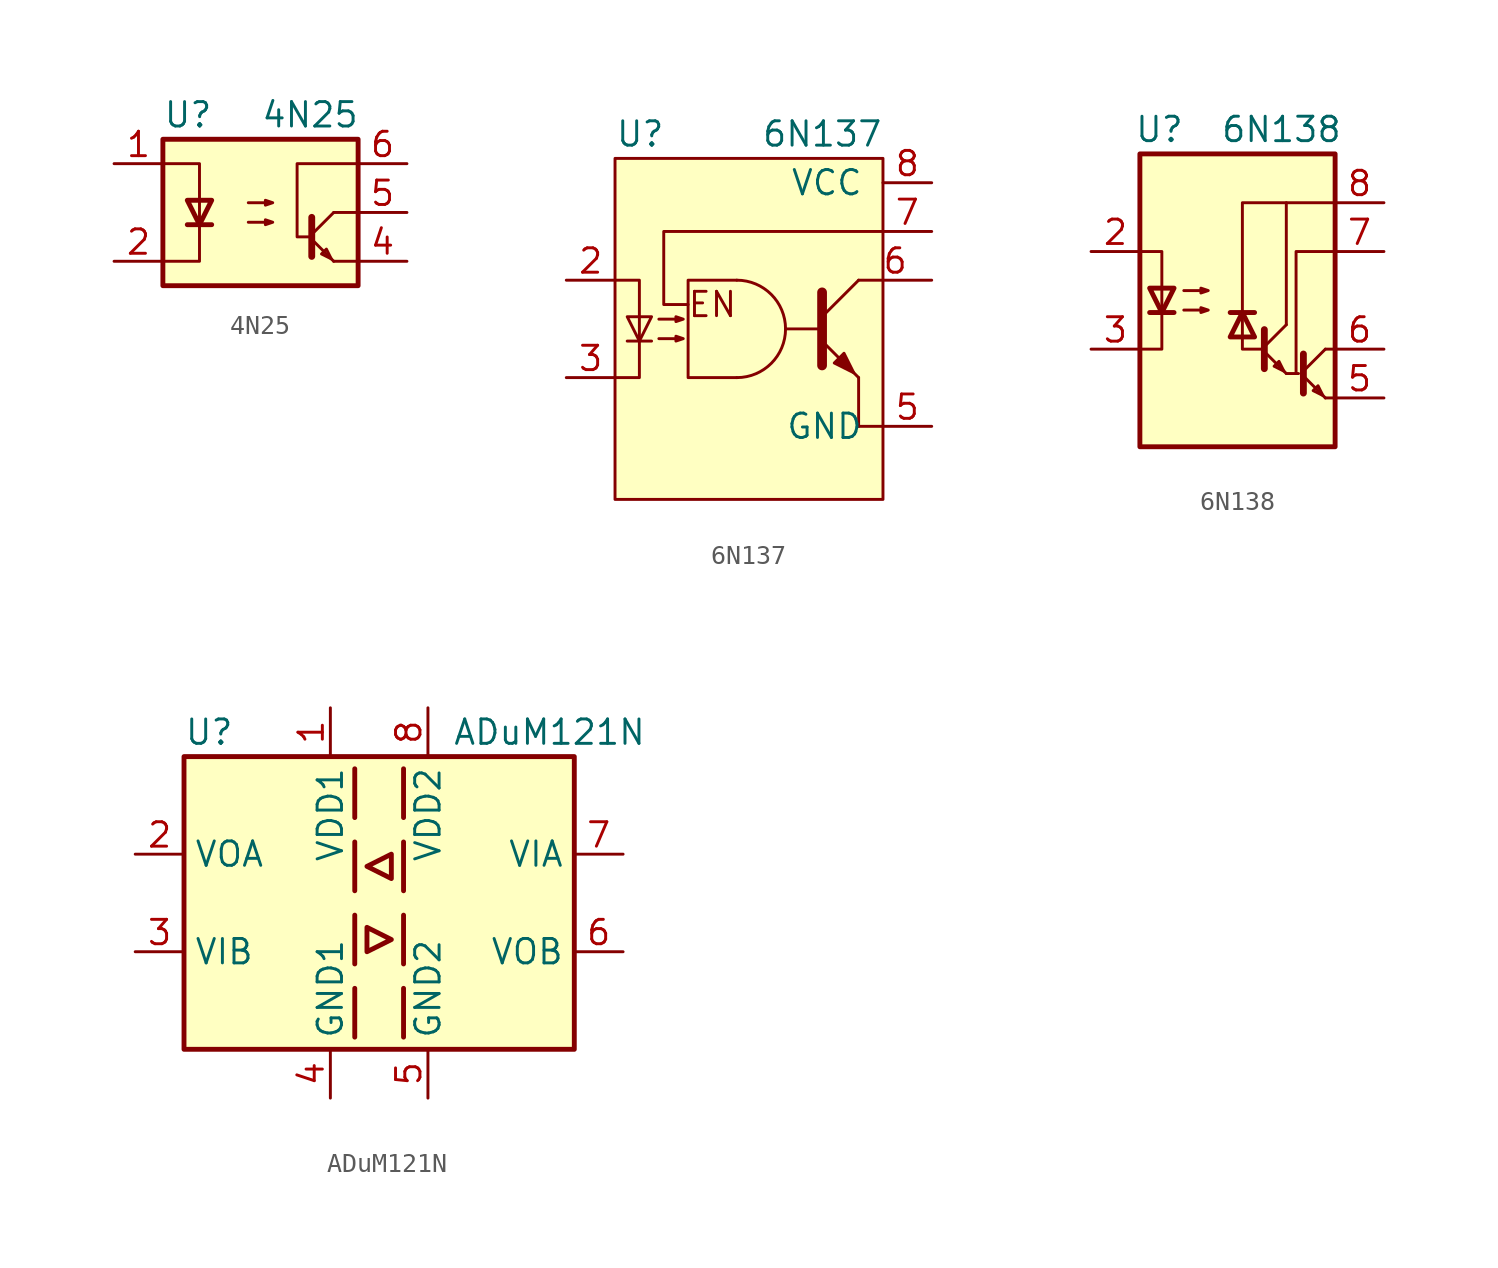
<source format=kicad_sym>
(kicad_symbol_lib
  (version 20201005)
  (generator kicad_symbol_editor)
  (symbol "4N25"
    (pin_names
      (offset 1.016))
    (property "Reference" "U"
      (at -5.08 5.08 0)
      (effects (font (size 1.27 1.27)) (justify left)))
    (property "Value" "4N25"
      (at 0 5.08 0)
      (effects (font (size 1.27 1.27)) (justify left)))
    (symbol "4N25_0_1"
      (rectangle (start -5.08 3.81) (end 5.08 -3.81) (stroke (width 0.254)) (fill (type background)))
      (polyline (pts (xy -3.81 -0.635) (xy -2.54 -0.635)) (stroke (width 0.254)) (fill (type none)))
      (polyline (pts (xy 2.667 -1.397) (xy 3.81 -2.54)) (stroke (width 0)) (fill (type none)))
      (polyline (pts (xy 2.667 -1.143) (xy 3.81 0)) (stroke (width 0)) (fill (type none)))
      (polyline (pts (xy 3.81 -2.54) (xy 5.08 -2.54)) (stroke (width 0)) (fill (type none)))
      (polyline (pts (xy 3.81 0) (xy 5.08 0)) (stroke (width 0)) (fill (type none)))
      (polyline (pts (xy 2.667 -0.254) (xy 2.667 -2.286) (xy 2.667 -2.286)) (stroke (width 0.356)) (fill (type none)))
      (polyline (pts (xy -5.08 -2.54) (xy -3.175 -2.54) (xy -3.175 2.54) (xy -5.08 2.54)) (stroke (width 0)) (fill (type none)))
      (polyline (pts (xy -3.175 -0.635) (xy -3.81 0.635) (xy -2.54 0.635) (xy -3.175 -0.635)) (stroke (width 0.254)) (fill (type none)))
      (polyline (pts (xy 3.683 -2.413) (xy 3.429 -1.905) (xy 3.175 -2.159) (xy 3.683 -2.413)) (stroke (width 0)) (fill (type none)))
      (polyline (pts (xy 5.08 2.54) (xy 1.905 2.54) (xy 1.905 -1.27) (xy 2.54 -1.27)) (stroke (width 0)) (fill (type none)))
      (polyline (pts (xy -0.635 -0.508) (xy 0.635 -0.508) (xy 0.254 -0.635) (xy 0.254 -0.381) (xy 0.635 -0.508)) (stroke (width 0)) (fill (type none)))
      (polyline (pts (xy -0.635 0.508) (xy 0.635 0.508) (xy 0.254 0.381) (xy 0.254 0.635) (xy 0.635 0.508)) (stroke (width 0)) (fill (type none))))
    (symbol "4N25_1_1"
      (pin passive line (at -7.62 2.54 0) (length 2.54) (name "~" (effects (font (size 1.27 1.27)))) (number "1" (effects (font (size 1.27 1.27)))))
      (pin passive line (at -7.62 -2.54 0) (length 2.54) (name "~" (effects (font (size 1.27 1.27)))) (number "2" (effects (font (size 1.27 1.27)))))
      (pin no_connect line (at -5.08 0 0) (length 2.54) hide (name "NC" (effects (font (size 1.27 1.27)))) (number "3" (effects (font (size 1.27 1.27)))))
      (pin passive line (at 7.62 -2.54 180) (length 2.54) (name "~" (effects (font (size 1.27 1.27)))) (number "4" (effects (font (size 1.27 1.27)))))
      (pin passive line (at 7.62 0 180) (length 2.54) (name "~" (effects (font (size 1.27 1.27)))) (number "5" (effects (font (size 1.27 1.27)))))
      (pin passive line (at 7.62 2.54 180) (length 2.54) (name "~" (effects (font (size 1.27 1.27)))) (number "6" (effects (font (size 1.27 1.27)))))))
  (symbol "6N137"
    (pin_names
      (offset 1.016))
    (property "Reference" "U"
      (at -5.08 10.16 0)
      (effects (font (size 1.27 1.27)) (justify left)))
    (property "Value" "6N137"
      (at 2.54 10.16 0)
      (effects (font (size 1.27 1.27)) (justify left)))
    (symbol "6N137_0_0"
      (text "EN" (at 0 1.27 0) (effects (font (size 1.27 1.27))))
      (rectangle (start -5.08 8.89) (end 8.89 -8.89) (stroke (width 0)) (fill (type background)))
      (polyline (pts (xy 7.62 -5.08) (xy 8.89 -5.08)) (stroke (width 0)) (fill (type none))))
    (symbol "6N137_0_1"
      (arc (start 1.27 -2.54) (end 1.27 2.54) (radius (at 1.27 0) (length 2.54) (angles -89.9 89.9)) (stroke (width 0)) (fill (type none)))
      (polyline (pts (xy -4.445 -0.635) (xy -3.175 -0.635)) (stroke (width 0)) (fill (type none)))
      (polyline (pts (xy 3.81 0) (xy 5.715 0)) (stroke (width 0)) (fill (type none)))
      (polyline (pts (xy 7.62 -2.54) (xy 7.62 -5.08)) (stroke (width 0)) (fill (type none)))
      (polyline (pts (xy -5.08 -2.54) (xy -3.81 -2.54) (xy -3.81 2.54) (xy -5.08 2.54)) (stroke (width 0)) (fill (type none)))
      (polyline (pts (xy -3.81 -0.635) (xy -4.445 0.635) (xy -3.175 0.635) (xy -3.81 -0.635)) (stroke (width 0)) (fill (type none)))
      (polyline (pts (xy 1.27 -2.54) (xy -1.27 -2.54) (xy -1.27 2.54) (xy 1.27 2.54)) (stroke (width 0)) (fill (type none)))
      (polyline (pts (xy 8.89 5.08) (xy -2.54 5.08) (xy -2.54 1.27) (xy -1.27 1.27)) (stroke (width 0)) (fill (type none)))
      (polyline (pts (xy -2.794 -0.508) (xy -1.524 -0.508) (xy -1.905 -0.635) (xy -1.905 -0.381) (xy -1.524 -0.508)) (stroke (width 0)) (fill (type none)))
      (polyline (pts (xy -2.794 0.508) (xy -1.524 0.508) (xy -1.905 0.381) (xy -1.905 0.635) (xy -1.524 0.508)) (stroke (width 0)) (fill (type none))))
    (symbol "6N137_1_1"
      (polyline (pts (xy 5.715 0.635) (xy 7.62 2.54)) (stroke (width 0)) (fill (type none)))
      (polyline (pts (xy 5.715 -0.635) (xy 7.62 -2.54) (xy 7.62 -2.54)) (stroke (width 0)) (fill (type none)))
      (polyline (pts (xy 5.715 1.905) (xy 5.715 -1.905) (xy 5.715 -1.905)) (stroke (width 0.508)) (fill (type none)))
      (polyline (pts (xy 6.35 -1.778) (xy 6.858 -1.27) (xy 7.366 -2.286) (xy 6.35 -1.778) (xy 6.35 -1.778)) (stroke (width 0)) (fill (type outline)))
      (pin no_connect line (at -7.62 5.08 0) (length 2.54) hide (name "~" (effects (font (size 1.27 1.27)))) (number "1" (effects (font (size 1.27 1.27)))))
      (pin passive line (at -7.62 2.54 0) (length 2.54) (name "~" (effects (font (size 1.27 1.27)))) (number "2" (effects (font (size 1.27 1.27)))))
      (pin passive line (at -7.62 -2.54 0) (length 2.54) (name "~" (effects (font (size 1.27 1.27)))) (number "3" (effects (font (size 1.27 1.27)))))
      (pin no_connect line (at -5.08 0 0) (length 2.54) hide (name "~" (effects (font (size 1.27 1.27)))) (number "3" (effects (font (size 1.27 1.27)))))
      (pin no_connect line (at -7.62 -5.08 0) (length 2.54) hide (name "~" (effects (font (size 1.27 1.27)))) (number "4" (effects (font (size 1.27 1.27)))))
      (pin power_in line (at 11.43 -5.08 180) (length 2.54) (name "GND" (effects (font (size 1.27 1.27)))) (number "5" (effects (font (size 1.27 1.27)))))
      (pin output line (at 11.43 2.54 180) (length 3.81) (name "~" (effects (font (size 1.27 1.27)))) (number "6" (effects (font (size 1.27 1.27)))))
      (pin power_in line (at 11.43 5.08 180) (length 2.54) (name "~" (effects (font (size 1.27 1.27)))) (number "7" (effects (font (size 1.27 1.27)))))
      (pin power_in line (at 11.43 7.62 180) (length 2.54) (name "VCC" (effects (font (size 1.27 1.27)))) (number "8" (effects (font (size 1.27 1.27)))))))
  (symbol "6N138"
    (pin_names
      (offset 1.016) hide)
    (property "Reference" "U"
      (at -4.064 8.89 0)
      (effects (font (size 1.27 1.27))))
    (property "Value" "6N138"
      (at 2.286 8.89 0)
      (effects (font (size 1.27 1.27))))
    (symbol "6N138_0_1"
      (rectangle (start -5.08 7.62) (end 5.08 -7.62) (stroke (width 0.254)) (fill (type background)))
      (polyline (pts (xy -4.572 -0.635) (xy -3.302 -0.635)) (stroke (width 0.254)) (fill (type none)))
      (polyline (pts (xy 0.889 -0.635) (xy -0.381 -0.635)) (stroke (width 0.254)) (fill (type none)))
      (polyline (pts (xy 1.397 -2.667) (xy 2.54 -3.81)) (stroke (width 0)) (fill (type none)))
      (polyline (pts (xy 1.397 -2.413) (xy 2.54 -1.27)) (stroke (width 0)) (fill (type none)))
      (polyline (pts (xy 2.54 -3.81) (xy 3.175 -3.81)) (stroke (width 0)) (fill (type none)))
      (polyline (pts (xy 3.429 -3.937) (xy 4.572 -5.08)) (stroke (width 0)) (fill (type none)))
      (polyline (pts (xy 3.429 -3.683) (xy 4.572 -2.54)) (stroke (width 0)) (fill (type none)))
      (polyline (pts (xy 4.572 -5.08) (xy 5.08 -5.08)) (stroke (width 0)) (fill (type none)))
      (polyline (pts (xy 4.572 -2.54) (xy 5.08 -2.54)) (stroke (width 0)) (fill (type none)))
      (polyline (pts (xy 1.397 -1.524) (xy 1.397 -3.556) (xy 1.397 -3.556)) (stroke (width 0.356)) (fill (type none)))
      (polyline (pts (xy 2.54 -1.27) (xy 2.54 5.08) (xy 5.08 5.08)) (stroke (width 0)) (fill (type none)))
      (polyline (pts (xy 3.429 -2.794) (xy 3.429 -4.826) (xy 3.429 -4.826)) (stroke (width 0.356)) (fill (type none)))
      (polyline (pts (xy 5.08 2.54) (xy 3.048 2.54) (xy 3.048 -3.81)) (stroke (width 0)) (fill (type none)))
      (polyline (pts (xy -5.08 -2.54) (xy -3.937 -2.54) (xy -3.937 2.54) (xy -5.08 2.54)) (stroke (width 0)) (fill (type none)))
      (polyline (pts (xy -3.937 -0.635) (xy -4.572 0.635) (xy -3.302 0.635) (xy -3.937 -0.635)) (stroke (width 0.254)) (fill (type none)))
      (polyline (pts (xy 0.254 -0.635) (xy 0.889 -1.905) (xy -0.381 -1.905) (xy 0.254 -0.635)) (stroke (width 0.254)) (fill (type none)))
      (polyline (pts (xy 1.27 -2.54) (xy 0.254 -2.54) (xy 0.254 5.08) (xy 2.54 5.08)) (stroke (width 0)) (fill (type none)))
      (polyline (pts (xy 2.413 -3.683) (xy 2.159 -3.175) (xy 1.905 -3.429) (xy 2.413 -3.683)) (stroke (width 0)) (fill (type none)))
      (polyline (pts (xy 4.445 -4.953) (xy 4.191 -4.445) (xy 3.937 -4.699) (xy 4.445 -4.953)) (stroke (width 0)) (fill (type none)))
      (polyline (pts (xy -2.794 -0.508) (xy -1.524 -0.508) (xy -1.905 -0.635) (xy -1.905 -0.381) (xy -1.524 -0.508)) (stroke (width 0)) (fill (type none)))
      (polyline (pts (xy -2.794 0.508) (xy -1.524 0.508) (xy -1.905 0.381) (xy -1.905 0.635) (xy -1.524 0.508)) (stroke (width 0)) (fill (type none))))
    (symbol "6N138_1_1"
      (pin no_connect line (at -5.08 5.08 0) (length 2.54) hide (name "NC" (effects (font (size 1.27 1.27)))) (number "1" (effects (font (size 1.27 1.27)))))
      (pin passive line (at -7.62 2.54 0) (length 2.54) (name "C1" (effects (font (size 1.27 1.27)))) (number "2" (effects (font (size 1.27 1.27)))))
      (pin passive line (at -7.62 -2.54 0) (length 2.54) (name "C2" (effects (font (size 1.27 1.27)))) (number "3" (effects (font (size 1.27 1.27)))))
      (pin no_connect line (at -5.08 -5.08 0) (length 2.54) hide (name "NC" (effects (font (size 1.27 1.27)))) (number "4" (effects (font (size 1.27 1.27)))))
      (pin passive line (at 7.62 -5.08 180) (length 2.54) (name "GND" (effects (font (size 1.27 1.27)))) (number "5" (effects (font (size 1.27 1.27)))))
      (pin passive line (at 7.62 -2.54 180) (length 2.54) (name "VO2" (effects (font (size 1.27 1.27)))) (number "6" (effects (font (size 1.27 1.27)))))
      (pin passive line (at 7.62 2.54 180) (length 2.54) (name "VO1" (effects (font (size 1.27 1.27)))) (number "7" (effects (font (size 1.27 1.27)))))
      (pin passive line (at 7.62 5.08 180) (length 2.54) (name "VCC" (effects (font (size 1.27 1.27)))) (number "8" (effects (font (size 1.27 1.27)))))))
  (symbol "ADuM121N"
    (property "Reference" "U"
      (at -10.16 8.89 0)
      (effects (font (size 1.27 1.27)) (justify left)))
    (property "Value" "ADuM121N"
      (at 3.81 8.89 0)
      (effects (font (size 1.27 1.27)) (justify left)))
    (symbol "ADuM121N_0_1"
      (rectangle (start -10.16 7.62) (end 10.16 -7.62) (stroke (width 0.254)) (fill (type background)))
      (polyline (pts (xy -1.27 -4.445) (xy -1.27 -6.985)) (stroke (width 0.254)) (fill (type none)))
      (polyline (pts (xy -1.27 -0.635) (xy -1.27 -3.175)) (stroke (width 0.254)) (fill (type none)))
      (polyline (pts (xy -1.27 3.175) (xy -1.27 0.635)) (stroke (width 0.254)) (fill (type none)))
      (polyline (pts (xy -1.27 6.985) (xy -1.27 4.445)) (stroke (width 0.254)) (fill (type none)))
      (polyline (pts (xy 1.27 -4.445) (xy 1.27 -6.985)) (stroke (width 0.254)) (fill (type none)))
      (polyline (pts (xy 1.27 -0.635) (xy 1.27 -3.175)) (stroke (width 0.254)) (fill (type none)))
      (polyline (pts (xy 1.27 3.175) (xy 1.27 0.635)) (stroke (width 0.254)) (fill (type none)))
      (polyline (pts (xy 1.27 6.985) (xy 1.27 4.445)) (stroke (width 0.254)) (fill (type none)))
      (polyline (pts (xy -0.635 -1.27) (xy -0.635 -2.54) (xy 0.635 -1.905) (xy -0.635 -1.27)) (stroke (width 0.254)) (fill (type none)))
      (polyline (pts (xy 0.635 1.27) (xy -0.635 1.905) (xy 0.635 2.54) (xy 0.635 1.27)) (stroke (width 0.254)) (fill (type none))))
    (symbol "ADuM121N_1_1"
      (pin power_in line (at -2.54 10.16 270) (length 2.54) (name "VDD1" (effects (font (size 1.27 1.27)))) (number "1" (effects (font (size 1.27 1.27)))))
      (pin output line (at -12.7 2.54 0) (length 2.54) (name "VOA" (effects (font (size 1.27 1.27)))) (number "2" (effects (font (size 1.27 1.27)))))
      (pin input line (at -12.7 -2.54 0) (length 2.54) (name "VIB" (effects (font (size 1.27 1.27)))) (number "3" (effects (font (size 1.27 1.27)))))
      (pin power_in line (at -2.54 -10.16 90) (length 2.54) (name "GND1" (effects (font (size 1.27 1.27)))) (number "4" (effects (font (size 1.27 1.27)))))
      (pin power_in line (at 2.54 -10.16 90) (length 2.54) (name "GND2" (effects (font (size 1.27 1.27)))) (number "5" (effects (font (size 1.27 1.27)))))
      (pin output line (at 12.7 -2.54 180) (length 2.54) (name "VOB" (effects (font (size 1.27 1.27)))) (number "6" (effects (font (size 1.27 1.27)))))
      (pin input line (at 12.7 2.54 180) (length 2.54) (name "VIA" (effects (font (size 1.27 1.27)))) (number "7" (effects (font (size 1.27 1.27)))))
      (pin power_in line (at 2.54 10.16 270) (length 2.54) (name "VDD2" (effects (font (size 1.27 1.27)))) (number "8" (effects (font (size 1.27 1.27))))))))
</source>
